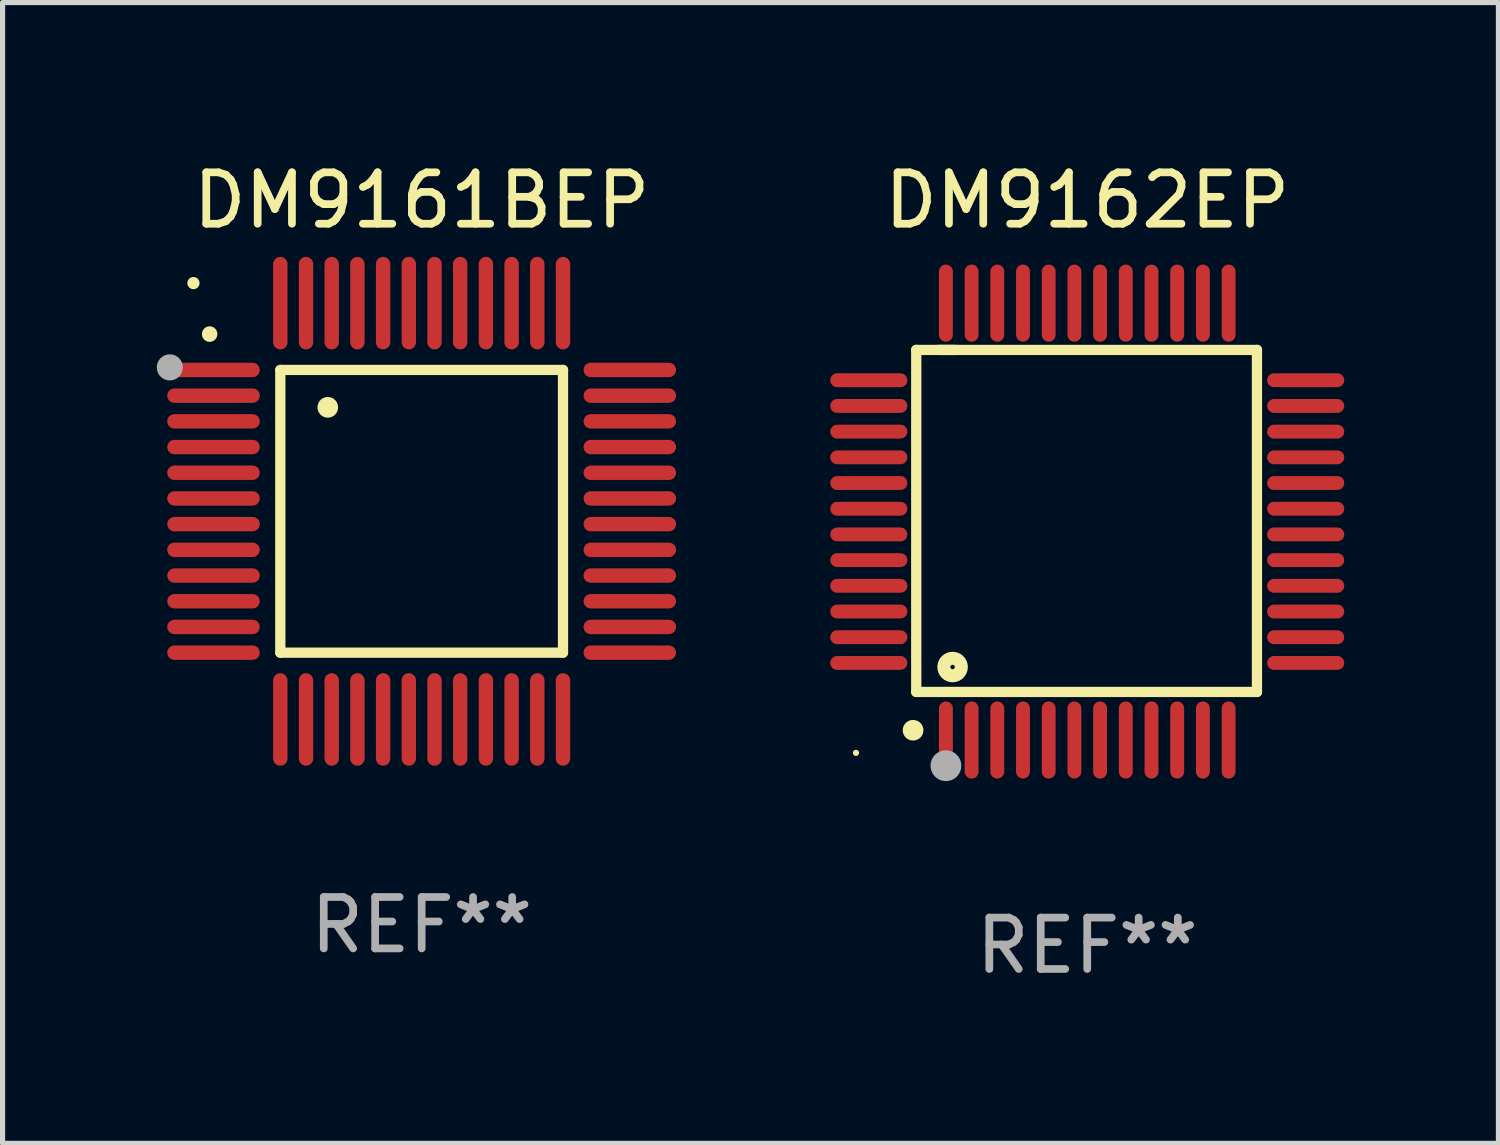
<source format=kicad_pcb>
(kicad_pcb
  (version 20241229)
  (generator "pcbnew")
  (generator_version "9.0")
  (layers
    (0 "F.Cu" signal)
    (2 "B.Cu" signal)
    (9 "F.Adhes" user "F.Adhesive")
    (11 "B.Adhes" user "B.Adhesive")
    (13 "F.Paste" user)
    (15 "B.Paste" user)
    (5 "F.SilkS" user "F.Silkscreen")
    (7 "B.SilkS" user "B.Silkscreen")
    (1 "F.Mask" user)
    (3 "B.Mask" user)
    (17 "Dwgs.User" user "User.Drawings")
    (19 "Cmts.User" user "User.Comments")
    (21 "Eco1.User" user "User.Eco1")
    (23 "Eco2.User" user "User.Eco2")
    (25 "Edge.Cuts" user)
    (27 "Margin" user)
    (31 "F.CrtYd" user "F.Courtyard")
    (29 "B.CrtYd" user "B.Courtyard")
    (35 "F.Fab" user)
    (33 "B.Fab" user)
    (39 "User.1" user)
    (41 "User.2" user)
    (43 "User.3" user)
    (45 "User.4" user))
  (footprint "DM9162EP"
    (layer "F.Cu")
    (at 18.104 7.098)
    (property "Reference" "DM9162EP" (at 0 -6.25 0) (layer "F.SilkS") (effects (font (size 1 1) (thickness 0.15))))
    (attr through_hole)
    (fp_line (start -3.327 -3.34) (end -2.565 -3.34) (stroke (width 0.2) (type solid)) (layer "F.SilkS"))
    (fp_line (start -3.327 3.315) (end -3.327 -3.34) (stroke (width 0.2) (type solid)) (layer "F.SilkS"))
    (fp_line (start -2.896 -3.34) (end 3.302 -3.34) (stroke (width 0.2) (type solid)) (layer "F.SilkS"))
    (fp_line (start 3.302 -3.34) (end 3.302 3.315) (stroke (width 0.2) (type solid)) (layer "F.SilkS"))
    (fp_line (start 3.302 3.315) (end -3.327 3.315) (stroke (width 0.2) (type solid)) (layer "F.SilkS"))
    (fp_arc (start -3.389992 4.059995) (mid -3.388722 4.059991) (end -3.387452 4.059995) (stroke (width 0.4) (type solid)) (layer "F.SilkS"))
    (fp_circle (center -4.5 4.5) (end -4.47 4.5) (stroke (width 0.06) (type solid)) (fill no) (layer "F.SilkS"))
    (fp_circle (center -2.62 2.83) (end -2.45 2.83) (stroke (width 0.254) (type solid)) (fill no) (layer "F.SilkS"))
    (fp_circle (center -2.75 4.75) (end -2.6 4.75) (stroke (width 0.3) (type solid)) (fill no) (layer "F.Fab"))
    (fp_text user "REF**" (at 0 8.25 0) (layer "F.Fab") (effects (font (size 1 1) (thickness 0.15))))
    (pad "1" smd oval (at -2.75 4.25) (size 0.27 1.5) (layers "F.Cu" "F.Mask" "F.Paste"))
    (pad "2" smd oval (at -2.25 4.25) (size 0.27 1.5) (layers "F.Cu" "F.Mask" "F.Paste"))
    (pad "3" smd oval (at -1.75 4.25) (size 0.27 1.5) (layers "F.Cu" "F.Mask" "F.Paste"))
    (pad "4" smd oval (at -1.25 4.25) (size 0.27 1.5) (layers "F.Cu" "F.Mask" "F.Paste"))
    (pad "5" smd oval (at -0.75 4.25) (size 0.27 1.5) (layers "F.Cu" "F.Mask" "F.Paste"))
    (pad "6" smd oval (at -0.25 4.25) (size 0.27 1.5) (layers "F.Cu" "F.Mask" "F.Paste"))
    (pad "7" smd oval (at 0.25 4.25) (size 0.27 1.5) (layers "F.Cu" "F.Mask" "F.Paste"))
    (pad "8" smd oval (at 0.75 4.25) (size 0.27 1.5) (layers "F.Cu" "F.Mask" "F.Paste"))
    (pad "9" smd oval (at 1.25 4.25) (size 0.27 1.5) (layers "F.Cu" "F.Mask" "F.Paste"))
    (pad "10" smd oval (at 1.75 4.25) (size 0.27 1.5) (layers "F.Cu" "F.Mask" "F.Paste"))
    (pad "11" smd oval (at 2.25 4.25) (size 0.27 1.5) (layers "F.Cu" "F.Mask" "F.Paste"))
    (pad "12" smd oval (at 2.75 4.25) (size 0.27 1.5) (layers "F.Cu" "F.Mask" "F.Paste"))
    (pad "13" smd oval (at 4.25 2.75) (size 1.5 0.27) (layers "F.Cu" "F.Mask" "F.Paste"))
    (pad "14" smd oval (at 4.25 2.25) (size 1.5 0.27) (layers "F.Cu" "F.Mask" "F.Paste"))
    (pad "15" smd oval (at 4.25 1.75) (size 1.5 0.27) (layers "F.Cu" "F.Mask" "F.Paste"))
    (pad "16" smd oval (at 4.25 1.25) (size 1.5 0.27) (layers "F.Cu" "F.Mask" "F.Paste"))
    (pad "17" smd oval (at 4.25 0.75) (size 1.5 0.27) (layers "F.Cu" "F.Mask" "F.Paste"))
    (pad "18" smd oval (at 4.25 0.25) (size 1.5 0.27) (layers "F.Cu" "F.Mask" "F.Paste"))
    (pad "19" smd oval (at 4.25 -0.25) (size 1.5 0.27) (layers "F.Cu" "F.Mask" "F.Paste"))
    (pad "20" smd oval (at 4.25 -0.75) (size 1.5 0.27) (layers "F.Cu" "F.Mask" "F.Paste"))
    (pad "21" smd oval (at 4.25 -1.25) (size 1.5 0.27) (layers "F.Cu" "F.Mask" "F.Paste"))
    (pad "22" smd oval (at 4.25 -1.75) (size 1.5 0.27) (layers "F.Cu" "F.Mask" "F.Paste"))
    (pad "23" smd oval (at 4.25 -2.25) (size 1.5 0.27) (layers "F.Cu" "F.Mask" "F.Paste"))
    (pad "24" smd oval (at 4.25 -2.75) (size 1.5 0.27) (layers "F.Cu" "F.Mask" "F.Paste"))
    (pad "25" smd oval (at 2.75 -4.25) (size 0.27 1.5) (layers "F.Cu" "F.Mask" "F.Paste"))
    (pad "26" smd oval (at 2.25 -4.25) (size 0.27 1.5) (layers "F.Cu" "F.Mask" "F.Paste"))
    (pad "27" smd oval (at 1.75 -4.25) (size 0.27 1.5) (layers "F.Cu" "F.Mask" "F.Paste"))
    (pad "28" smd oval (at 1.25 -4.25) (size 0.27 1.5) (layers "F.Cu" "F.Mask" "F.Paste"))
    (pad "29" smd oval (at 0.75 -4.25) (size 0.27 1.5) (layers "F.Cu" "F.Mask" "F.Paste"))
    (pad "30" smd oval (at 0.25 -4.25) (size 0.27 1.5) (layers "F.Cu" "F.Mask" "F.Paste"))
    (pad "31" smd oval (at -0.25 -4.25) (size 0.27 1.5) (layers "F.Cu" "F.Mask" "F.Paste"))
    (pad "32" smd oval (at -0.75 -4.25) (size 0.27 1.5) (layers "F.Cu" "F.Mask" "F.Paste"))
    (pad "33" smd oval (at -1.25 -4.25) (size 0.27 1.5) (layers "F.Cu" "F.Mask" "F.Paste"))
    (pad "34" smd oval (at -1.75 -4.25) (size 0.27 1.5) (layers "F.Cu" "F.Mask" "F.Paste"))
    (pad "35" smd oval (at -2.25 -4.25) (size 0.27 1.5) (layers "F.Cu" "F.Mask" "F.Paste"))
    (pad "36" smd oval (at -2.75 -4.25) (size 0.27 1.5) (layers "F.Cu" "F.Mask" "F.Paste"))
    (pad "37" smd oval (at -4.25 -2.75) (size 1.5 0.27) (layers "F.Cu" "F.Mask" "F.Paste"))
    (pad "38" smd oval (at -4.25 -2.25) (size 1.5 0.27) (layers "F.Cu" "F.Mask" "F.Paste"))
    (pad "39" smd oval (at -4.25 -1.75) (size 1.5 0.27) (layers "F.Cu" "F.Mask" "F.Paste"))
    (pad "40" smd oval (at -4.25 -1.25) (size 1.5 0.27) (layers "F.Cu" "F.Mask" "F.Paste"))
    (pad "41" smd oval (at -4.25 -0.75) (size 1.5 0.27) (layers "F.Cu" "F.Mask" "F.Paste"))
    (pad "42" smd oval (at -4.25 -0.25) (size 1.5 0.27) (layers "F.Cu" "F.Mask" "F.Paste"))
    (pad "43" smd oval (at -4.25 0.25) (size 1.5 0.27) (layers "F.Cu" "F.Mask" "F.Paste"))
    (pad "44" smd oval (at -4.25 0.75) (size 1.5 0.27) (layers "F.Cu" "F.Mask" "F.Paste"))
    (pad "45" smd oval (at -4.25 1.25) (size 1.5 0.27) (layers "F.Cu" "F.Mask" "F.Paste"))
    (pad "46" smd oval (at -4.25 1.75) (size 1.5 0.27) (layers "F.Cu" "F.Mask" "F.Paste"))
    (pad "47" smd oval (at -4.25 2.25) (size 1.5 0.27) (layers "F.Cu" "F.Mask" "F.Paste"))
    (pad "48" smd oval (at -4.25 2.75) (size 1.5 0.27) (layers "F.Cu" "F.Mask" "F.Paste")))
  (footprint "DM9161BEP"
    (layer "F.Cu")
    (at 5.154 6.898)
    (property "Reference" "DM9161BEP" (at 0 -6.05 0) (layer "F.SilkS") (effects (font (size 1 1) (thickness 0.15))))
    (attr through_hole)
    (fp_line (start -2.75 -2.75) (end 2.75 -2.75) (stroke (width 0.2) (type solid)) (layer "F.SilkS"))
    (fp_line (start -2.75 2.75) (end -2.75 -2.75) (stroke (width 0.2) (type solid)) (layer "F.SilkS"))
    (fp_line (start 2.75 -2.75) (end 2.75 2.75) (stroke (width 0.2) (type solid)) (layer "F.SilkS"))
    (fp_line (start 2.75 2.75) (end -2.75 2.75) (stroke (width 0.2) (type solid)) (layer "F.SilkS"))
    (fp_arc (start -4.124968 -3.446787) (mid -4.124973 -3.448057) (end -4.124968 -3.449327) (stroke (width 0.3) (type solid)) (layer "F.SilkS"))
    (fp_arc (start -1.826264 -2.021844) (mid -1.826268 -2.023114) (end -1.826264 -2.024384) (stroke (width 0.4) (type solid)) (layer "F.SilkS"))
    (fp_circle (center -4.44 -4.44) (end -4.38 -4.44) (stroke (width 0.12) (type solid)) (fill no) (layer "F.SilkS"))
    (fp_circle (center -4.9 -2.8) (end -4.773 -2.8) (stroke (width 0.254) (type solid)) (fill no) (layer "F.Fab"))
    (fp_text user "REF**" (at 0 8.05 0) (layer "F.Fab") (effects (font (size 1 1) (thickness 0.15))))
    (pad "1" smd oval (at -4.05 -2.75 90) (size 0.28 1.8) (layers "F.Cu" "F.Mask" "F.Paste"))
    (pad "2" smd oval (at -4.05 -2.25 90) (size 0.28 1.8) (layers "F.Cu" "F.Mask" "F.Paste"))
    (pad "3" smd oval (at -4.05 -1.75 90) (size 0.28 1.8) (layers "F.Cu" "F.Mask" "F.Paste"))
    (pad "4" smd oval (at -4.05 -1.25 90) (size 0.28 1.8) (layers "F.Cu" "F.Mask" "F.Paste"))
    (pad "5" smd oval (at -4.05 -0.75 90) (size 0.28 1.8) (layers "F.Cu" "F.Mask" "F.Paste"))
    (pad "6" smd oval (at -4.05 -0.25 90) (size 0.28 1.8) (layers "F.Cu" "F.Mask" "F.Paste"))
    (pad "7" smd oval (at -4.05 0.25 90) (size 0.28 1.8) (layers "F.Cu" "F.Mask" "F.Paste"))
    (pad "8" smd oval (at -4.05 0.75 90) (size 0.28 1.8) (layers "F.Cu" "F.Mask" "F.Paste"))
    (pad "9" smd oval (at -4.05 1.25 90) (size 0.28 1.8) (layers "F.Cu" "F.Mask" "F.Paste"))
    (pad "10" smd oval (at -4.05 1.75 90) (size 0.28 1.8) (layers "F.Cu" "F.Mask" "F.Paste"))
    (pad "11" smd oval (at -4.05 2.25 90) (size 0.28 1.8) (layers "F.Cu" "F.Mask" "F.Paste"))
    (pad "12" smd oval (at -4.05 2.75 90) (size 0.28 1.8) (layers "F.Cu" "F.Mask" "F.Paste"))
    (pad "13" smd oval (at -2.75 4.05) (size 0.28 1.8) (layers "F.Cu" "F.Mask" "F.Paste"))
    (pad "14" smd oval (at -2.25 4.05) (size 0.28 1.8) (layers "F.Cu" "F.Mask" "F.Paste"))
    (pad "15" smd oval (at -1.75 4.05) (size 0.28 1.8) (layers "F.Cu" "F.Mask" "F.Paste"))
    (pad "16" smd oval (at -1.25 4.05) (size 0.28 1.8) (layers "F.Cu" "F.Mask" "F.Paste"))
    (pad "17" smd oval (at -0.75 4.05) (size 0.28 1.8) (layers "F.Cu" "F.Mask" "F.Paste"))
    (pad "18" smd oval (at -0.25 4.05) (size 0.28 1.8) (layers "F.Cu" "F.Mask" "F.Paste"))
    (pad "19" smd oval (at 0.25 4.05) (size 0.28 1.8) (layers "F.Cu" "F.Mask" "F.Paste"))
    (pad "20" smd oval (at 0.75 4.05) (size 0.28 1.8) (layers "F.Cu" "F.Mask" "F.Paste"))
    (pad "21" smd oval (at 1.25 4.05) (size 0.28 1.8) (layers "F.Cu" "F.Mask" "F.Paste"))
    (pad "22" smd oval (at 1.75 4.05) (size 0.28 1.8) (layers "F.Cu" "F.Mask" "F.Paste"))
    (pad "23" smd oval (at 2.25 4.05) (size 0.28 1.8) (layers "F.Cu" "F.Mask" "F.Paste"))
    (pad "24" smd oval (at 2.75 4.05) (size 0.28 1.8) (layers "F.Cu" "F.Mask" "F.Paste"))
    (pad "25" smd oval (at 4.05 2.75 90) (size 0.28 1.8) (layers "F.Cu" "F.Mask" "F.Paste"))
    (pad "26" smd oval (at 4.05 2.25 90) (size 0.28 1.8) (layers "F.Cu" "F.Mask" "F.Paste"))
    (pad "27" smd oval (at 4.05 1.75 90) (size 0.28 1.8) (layers "F.Cu" "F.Mask" "F.Paste"))
    (pad "28" smd oval (at 4.05 1.25 90) (size 0.28 1.8) (layers "F.Cu" "F.Mask" "F.Paste"))
    (pad "29" smd oval (at 4.05 0.75 90) (size 0.28 1.8) (layers "F.Cu" "F.Mask" "F.Paste"))
    (pad "30" smd oval (at 4.05 0.25 90) (size 0.28 1.8) (layers "F.Cu" "F.Mask" "F.Paste"))
    (pad "31" smd oval (at 4.05 -0.25 90) (size 0.28 1.8) (layers "F.Cu" "F.Mask" "F.Paste"))
    (pad "32" smd oval (at 4.05 -0.75 90) (size 0.28 1.8) (layers "F.Cu" "F.Mask" "F.Paste"))
    (pad "33" smd oval (at 4.05 -1.25 90) (size 0.28 1.8) (layers "F.Cu" "F.Mask" "F.Paste"))
    (pad "34" smd oval (at 4.05 -1.75 90) (size 0.28 1.8) (layers "F.Cu" "F.Mask" "F.Paste"))
    (pad "35" smd oval (at 4.05 -2.25 90) (size 0.28 1.8) (layers "F.Cu" "F.Mask" "F.Paste"))
    (pad "36" smd oval (at 4.05 -2.75 90) (size 0.28 1.8) (layers "F.Cu" "F.Mask" "F.Paste"))
    (pad "37" smd oval (at 2.75 -4.05) (size 0.28 1.8) (layers "F.Cu" "F.Mask" "F.Paste"))
    (pad "38" smd oval (at 2.25 -4.05) (size 0.28 1.8) (layers "F.Cu" "F.Mask" "F.Paste"))
    (pad "39" smd oval (at 1.75 -4.05) (size 0.28 1.8) (layers "F.Cu" "F.Mask" "F.Paste"))
    (pad "40" smd oval (at 1.25 -4.05) (size 0.28 1.8) (layers "F.Cu" "F.Mask" "F.Paste"))
    (pad "41" smd oval (at 0.75 -4.05) (size 0.28 1.8) (layers "F.Cu" "F.Mask" "F.Paste"))
    (pad "42" smd oval (at 0.25 -4.05) (size 0.28 1.8) (layers "F.Cu" "F.Mask" "F.Paste"))
    (pad "43" smd oval (at -0.25 -4.05) (size 0.28 1.8) (layers "F.Cu" "F.Mask" "F.Paste"))
    (pad "44" smd oval (at -0.75 -4.05) (size 0.28 1.8) (layers "F.Cu" "F.Mask" "F.Paste"))
    (pad "45" smd oval (at -1.25 -4.05) (size 0.28 1.8) (layers "F.Cu" "F.Mask" "F.Paste"))
    (pad "46" smd oval (at -1.75 -4.05) (size 0.28 1.8) (layers "F.Cu" "F.Mask" "F.Paste"))
    (pad "47" smd oval (at -2.25 -4.05) (size 0.28 1.8) (layers "F.Cu" "F.Mask" "F.Paste"))
    (pad "48" smd oval (at -2.75 -4.05) (size 0.28 1.8) (layers "F.Cu" "F.Mask" "F.Paste")))
  (gr_rect
    (start -3 -3)
    (end 26.104 19.196)
    (stroke (width 0.1) (type default))
    (fill no)
    (layer "Edge.Cuts")))
</source>
